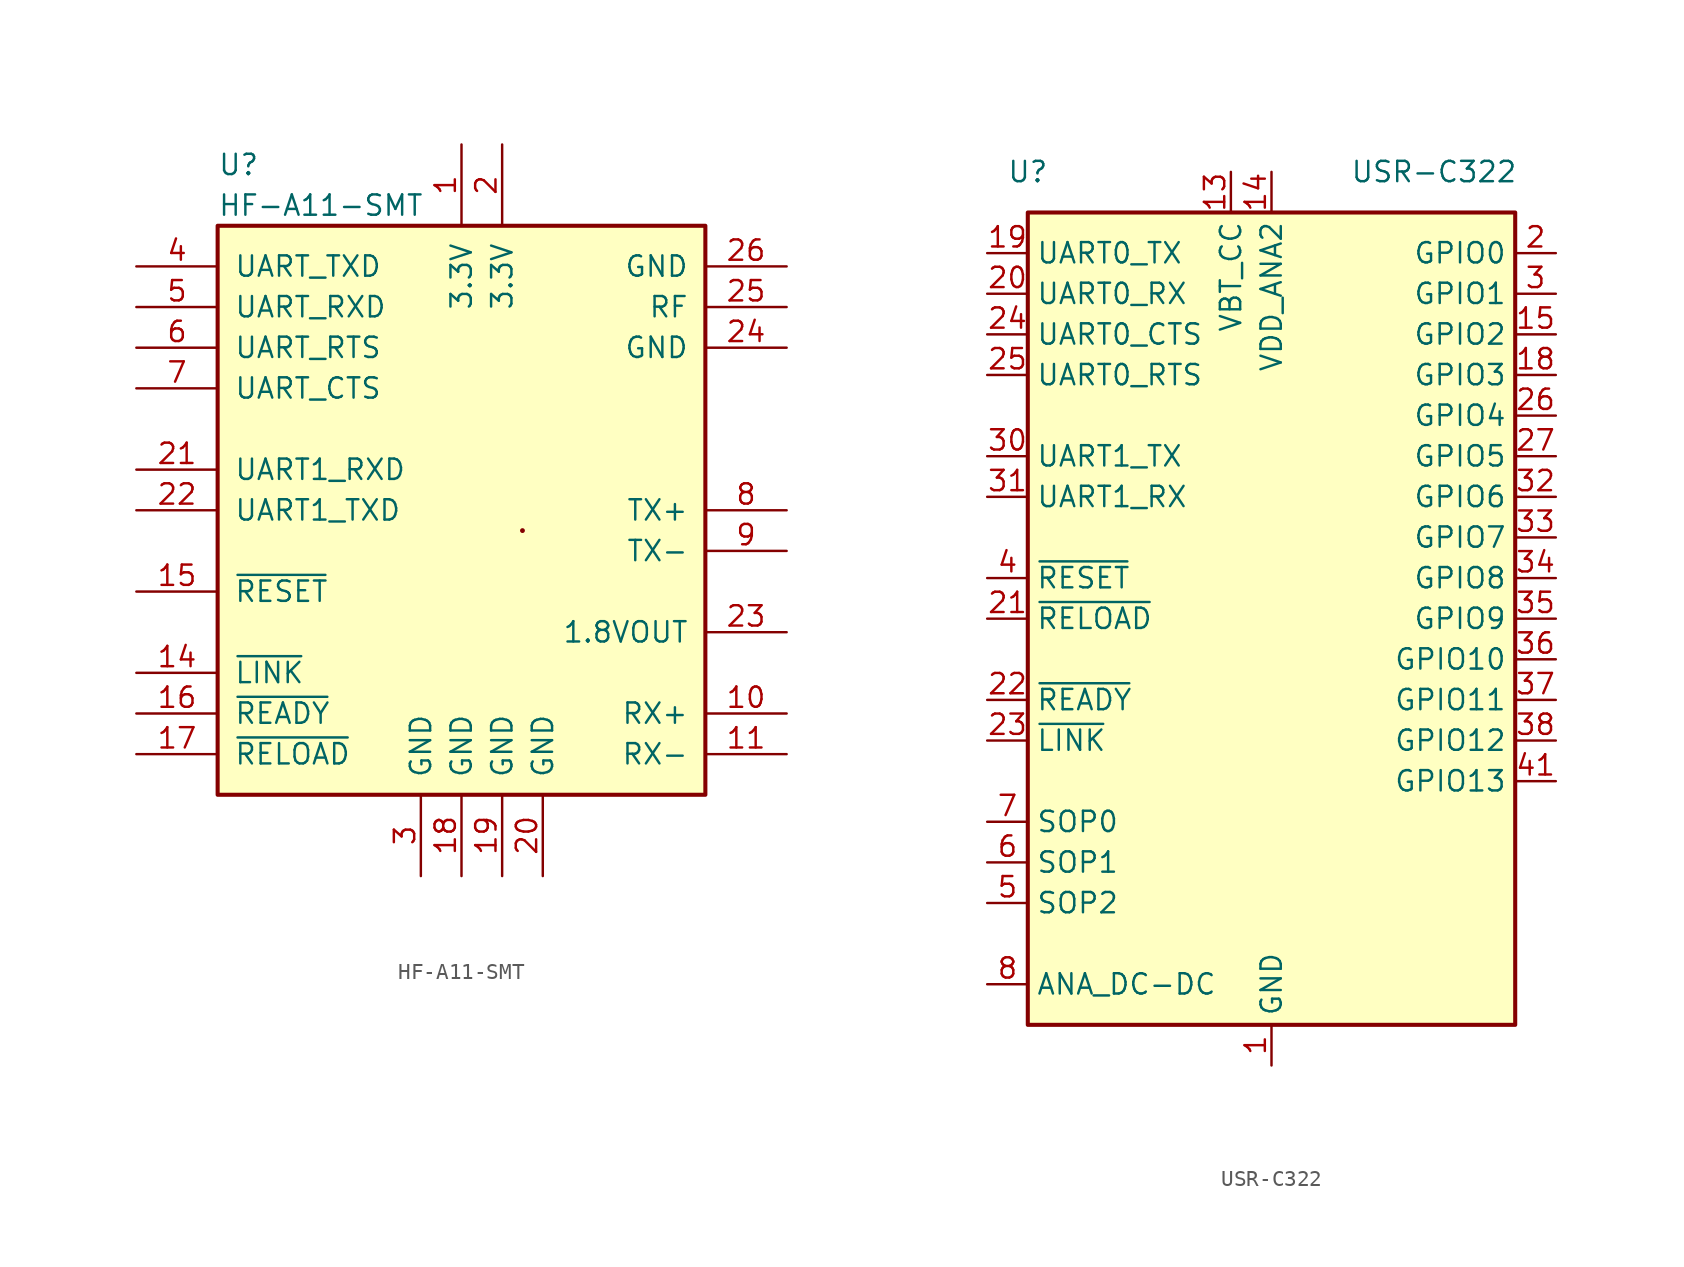
<source format=kicad_sym>
(kicad_symbol_lib
  (version 20241209)
  (generator "kicad_symbol_editor")
  (generator_version "9.0")
  (symbol "HF-A11-SMT"
    (pin_names
      (offset 1.016))
    (property "Reference" "U"
      (at -15.24 21.59 0)
      (effects (font (size 1.27 1.27)) (justify left)))
    (property "Value" "HF-A11-SMT"
      (at -15.24 19.05 0)
      (effects (font (size 1.27 1.27)) (justify left)))
    (symbol "HF-A11-SMT_0_1"
      (rectangle (start -15.24 17.78) (end 15.24 -17.78) (stroke (width 0.254) (type default)) (fill (type background)))
      (circle (center 3.81 -1.27) (radius 0.0001) (stroke (width 0) (type default)) (fill (type none))))
    (symbol "HF-A11-SMT_1_1"
      (pin output line (at -20.32 15.24 0) (length 5.08) (name "UART_TXD" (effects (font (size 1.27 1.27)))) (number "4" (effects (font (size 1.27 1.27)))))
      (pin input line (at -20.32 12.7 0) (length 5.08) (name "UART_RXD" (effects (font (size 1.27 1.27)))) (number "5" (effects (font (size 1.27 1.27)))))
      (pin output line (at -20.32 10.16 0) (length 5.08) (name "UART_RTS" (effects (font (size 1.27 1.27)))) (number "6" (effects (font (size 1.27 1.27)))))
      (pin input line (at -20.32 7.62 0) (length 5.08) (name "UART_CTS" (effects (font (size 1.27 1.27)))) (number "7" (effects (font (size 1.27 1.27)))))
      (pin input line (at -20.32 2.54 0) (length 5.08) (name "UART1_RXD" (effects (font (size 1.27 1.27)))) (number "21" (effects (font (size 1.27 1.27)))))
      (pin output line (at -20.32 0 0) (length 5.08) (name "UART1_TXD" (effects (font (size 1.27 1.27)))) (number "22" (effects (font (size 1.27 1.27)))))
      (pin input line (at -20.32 -5.08 0) (length 5.08) (name "~{RESET}" (effects (font (size 1.27 1.27)))) (number "15" (effects (font (size 1.27 1.27)))))
      (pin output line (at -20.32 -10.16 0) (length 5.08) (name "~{LINK}" (effects (font (size 1.27 1.27)))) (number "14" (effects (font (size 1.27 1.27)))))
      (pin output line (at -20.32 -12.7 0) (length 5.08) (name "~{READY}" (effects (font (size 1.27 1.27)))) (number "16" (effects (font (size 1.27 1.27)))))
      (pin input line (at -20.32 -15.24 0) (length 5.08) (name "~{RELOAD}" (effects (font (size 1.27 1.27)))) (number "17" (effects (font (size 1.27 1.27)))))
      (pin power_in line (at -2.54 -22.86 90) (length 5.08) (name "GND" (effects (font (size 1.27 1.27)))) (number "3" (effects (font (size 1.27 1.27)))))
      (pin power_in line (at 0 22.86 270) (length 5.08) (name "3.3V" (effects (font (size 1.27 1.27)))) (number "1" (effects (font (size 1.27 1.27)))))
      (pin power_in line (at 0 -22.86 90) (length 5.08) (name "GND" (effects (font (size 1.27 1.27)))) (number "18" (effects (font (size 1.27 1.27)))))
      (pin power_in line (at 2.54 22.86 270) (length 5.08) (name "3.3V" (effects (font (size 1.27 1.27)))) (number "2" (effects (font (size 1.27 1.27)))))
      (pin power_in line (at 2.54 -22.86 90) (length 5.08) (name "GND" (effects (font (size 1.27 1.27)))) (number "19" (effects (font (size 1.27 1.27)))))
      (pin power_in line (at 5.08 -22.86 90) (length 5.08) (name "GND" (effects (font (size 1.27 1.27)))) (number "20" (effects (font (size 1.27 1.27)))))
      (pin power_in line (at 20.32 15.24 180) (length 5.08) (name "GND" (effects (font (size 1.27 1.27)))) (number "26" (effects (font (size 1.27 1.27)))))
      (pin passive line (at 20.32 12.7 180) (length 5.08) (name "RF" (effects (font (size 1.27 1.27)))) (number "25" (effects (font (size 1.27 1.27)))))
      (pin power_in line (at 20.32 10.16 180) (length 5.08) (name "GND" (effects (font (size 1.27 1.27)))) (number "24" (effects (font (size 1.27 1.27)))))
      (pin passive line (at 20.32 0 180) (length 5.08) (name "TX+" (effects (font (size 1.27 1.27)))) (number "8" (effects (font (size 1.27 1.27)))))
      (pin passive line (at 20.32 -2.54 180) (length 5.08) (name "TX-" (effects (font (size 1.27 1.27)))) (number "9" (effects (font (size 1.27 1.27)))))
      (pin power_out line (at 20.32 -7.62 180) (length 5.08) (name "1.8VOUT" (effects (font (size 1.27 1.27)))) (number "23" (effects (font (size 1.27 1.27)))))
      (pin passive line (at 20.32 -12.7 180) (length 5.08) (name "RX+" (effects (font (size 1.27 1.27)))) (number "10" (effects (font (size 1.27 1.27)))))
      (pin passive line (at 20.32 -15.24 180) (length 5.08) (name "RX-" (effects (font (size 1.27 1.27)))) (number "11" (effects (font (size 1.27 1.27)))))))
  (symbol "USR-C322"
    (property "Reference" "U"
      (at -15.24 27.94 0)
      (effects (font (size 1.27 1.27))))
    (property "Value" "USR-C322"
      (at 10.16 27.94 0)
      (effects (font (size 1.27 1.27))))
    (symbol "USR-C322_1_1"
      (rectangle (start -15.24 25.4) (end 15.24 -25.4) (stroke (width 0.254) (type default)) (fill (type background)))
      (pin output line (at -17.78 22.86 0) (length 2.54) (name "UART0_TX" (effects (font (size 1.27 1.27)))) (number "19" (effects (font (size 1.27 1.27)))))
      (pin input line (at -17.78 20.32 0) (length 2.54) (name "UART0_RX" (effects (font (size 1.27 1.27)))) (number "20" (effects (font (size 1.27 1.27)))))
      (pin input line (at -17.78 17.78 0) (length 2.54) (name "UART0_CTS" (effects (font (size 1.27 1.27)))) (number "24" (effects (font (size 1.27 1.27)))))
      (pin output line (at -17.78 15.24 0) (length 2.54) (name "UART0_RTS" (effects (font (size 1.27 1.27)))) (number "25" (effects (font (size 1.27 1.27)))))
      (pin output line (at -17.78 10.16 0) (length 2.54) (name "UART1_TX" (effects (font (size 1.27 1.27)))) (number "30" (effects (font (size 1.27 1.27)))))
      (pin input line (at -17.78 7.62 0) (length 2.54) (name "UART1_RX" (effects (font (size 1.27 1.27)))) (number "31" (effects (font (size 1.27 1.27)))))
      (pin input line (at -17.78 2.54 0) (length 2.54) (name "~{RESET}" (effects (font (size 1.27 1.27)))) (number "4" (effects (font (size 1.27 1.27)))))
      (pin input line (at -17.78 0 0) (length 2.54) (name "~{RELOAD}" (effects (font (size 1.27 1.27)))) (number "21" (effects (font (size 1.27 1.27)))))
      (pin open_collector line (at -17.78 -5.08 0) (length 2.54) (name "~{READY}" (effects (font (size 1.27 1.27)))) (number "22" (effects (font (size 1.27 1.27)))))
      (pin open_collector line (at -17.78 -7.62 0) (length 2.54) (name "~{LINK}" (effects (font (size 1.27 1.27)))) (number "23" (effects (font (size 1.27 1.27)))))
      (pin passive line (at -17.78 -12.7 0) (length 2.54) (name "SOP0" (effects (font (size 1.27 1.27)))) (number "7" (effects (font (size 1.27 1.27)))))
      (pin passive line (at -17.78 -15.24 0) (length 2.54) (name "SOP1" (effects (font (size 1.27 1.27)))) (number "6" (effects (font (size 1.27 1.27)))))
      (pin passive line (at -17.78 -17.78 0) (length 2.54) (name "SOP2" (effects (font (size 1.27 1.27)))) (number "5" (effects (font (size 1.27 1.27)))))
      (pin passive line (at -17.78 -22.86 0) (length 2.54) (name "ANA_DC-DC" (effects (font (size 1.27 1.27)))) (number "8" (effects (font (size 1.27 1.27)))))
      (pin power_in line (at -2.54 27.94 270) (length 2.54) (name "VBT_CC" (effects (font (size 1.27 1.27)))) (number "13" (effects (font (size 1.27 1.27)))))
      (pin power_in line (at 0 27.94 270) (length 2.54) (name "VDD_ANA2" (effects (font (size 1.27 1.27)))) (number "14" (effects (font (size 1.27 1.27)))))
      (pin power_in line (at 0 -27.94 90) (length 2.54) (name "GND" (effects (font (size 1.27 1.27)))) (number "1" (effects (font (size 1.27 1.27)))))
      (pin passive line (at 0 -27.94 90) (length 2.54) (hide yes) (name "GND" (effects (font (size 1.27 1.27)))) (number "11" (effects (font (size 1.27 1.27)))))
      (pin passive line (at 0 -27.94 90) (length 2.54) (hide yes) (name "GND" (effects (font (size 1.27 1.27)))) (number "12" (effects (font (size 1.27 1.27)))))
      (pin passive line (at 0 -27.94 90) (length 2.54) (hide yes) (name "GND" (effects (font (size 1.27 1.27)))) (number "17" (effects (font (size 1.27 1.27)))))
      (pin passive line (at 0 -27.94 90) (length 2.54) (hide yes) (name "GND" (effects (font (size 1.27 1.27)))) (number "28" (effects (font (size 1.27 1.27)))))
      (pin passive line (at 0 -27.94 90) (length 2.54) (hide yes) (name "GND" (effects (font (size 1.27 1.27)))) (number "29" (effects (font (size 1.27 1.27)))))
      (pin passive line (at 0 -27.94 90) (length 2.54) (hide yes) (name "GND" (effects (font (size 1.27 1.27)))) (number "44" (effects (font (size 1.27 1.27)))))
      (pin no_connect line (at 5.08 -25.4 90) (length 2.54) (hide yes) (name "NC" (effects (font (size 1.27 1.27)))) (number "43" (effects (font (size 1.27 1.27)))))
      (pin no_connect line (at 7.62 -25.4 90) (length 2.54) (hide yes) (name "NC" (effects (font (size 1.27 1.27)))) (number "42" (effects (font (size 1.27 1.27)))))
      (pin no_connect line (at 15.24 -12.7 180) (length 2.54) (hide yes) (name "NC" (effects (font (size 1.27 1.27)))) (number "9" (effects (font (size 1.27 1.27)))))
      (pin no_connect line (at 15.24 -15.24 180) (length 2.54) (hide yes) (name "NC" (effects (font (size 1.27 1.27)))) (number "10" (effects (font (size 1.27 1.27)))))
      (pin no_connect line (at 15.24 -17.78 180) (length 2.54) (hide yes) (name "NC" (effects (font (size 1.27 1.27)))) (number "16" (effects (font (size 1.27 1.27)))))
      (pin no_connect line (at 15.24 -20.32 180) (length 2.54) (hide yes) (name "NC" (effects (font (size 1.27 1.27)))) (number "39" (effects (font (size 1.27 1.27)))))
      (pin no_connect line (at 15.24 -22.86 180) (length 2.54) (hide yes) (name "NC" (effects (font (size 1.27 1.27)))) (number "40" (effects (font (size 1.27 1.27)))))
      (pin bidirectional line (at 17.78 22.86 180) (length 2.54) (name "GPIO0" (effects (font (size 1.27 1.27)))) (number "2" (effects (font (size 1.27 1.27)))))
      (pin bidirectional line (at 17.78 20.32 180) (length 2.54) (name "GPIO1" (effects (font (size 1.27 1.27)))) (number "3" (effects (font (size 1.27 1.27)))))
      (pin bidirectional line (at 17.78 17.78 180) (length 2.54) (name "GPIO2" (effects (font (size 1.27 1.27)))) (number "15" (effects (font (size 1.27 1.27)))))
      (pin bidirectional line (at 17.78 15.24 180) (length 2.54) (name "GPIO3" (effects (font (size 1.27 1.27)))) (number "18" (effects (font (size 1.27 1.27)))))
      (pin bidirectional line (at 17.78 12.7 180) (length 2.54) (name "GPIO4" (effects (font (size 1.27 1.27)))) (number "26" (effects (font (size 1.27 1.27)))))
      (pin bidirectional line (at 17.78 10.16 180) (length 2.54) (name "GPIO5" (effects (font (size 1.27 1.27)))) (number "27" (effects (font (size 1.27 1.27)))))
      (pin bidirectional line (at 17.78 7.62 180) (length 2.54) (name "GPIO6" (effects (font (size 1.27 1.27)))) (number "32" (effects (font (size 1.27 1.27)))))
      (pin bidirectional line (at 17.78 5.08 180) (length 2.54) (name "GPIO7" (effects (font (size 1.27 1.27)))) (number "33" (effects (font (size 1.27 1.27)))))
      (pin bidirectional line (at 17.78 2.54 180) (length 2.54) (name "GPIO8" (effects (font (size 1.27 1.27)))) (number "34" (effects (font (size 1.27 1.27)))))
      (pin bidirectional line (at 17.78 0 180) (length 2.54) (name "GPIO9" (effects (font (size 1.27 1.27)))) (number "35" (effects (font (size 1.27 1.27)))))
      (pin bidirectional line (at 17.78 -2.54 180) (length 2.54) (name "GPIO10" (effects (font (size 1.27 1.27)))) (number "36" (effects (font (size 1.27 1.27)))))
      (pin bidirectional line (at 17.78 -5.08 180) (length 2.54) (name "GPIO11" (effects (font (size 1.27 1.27)))) (number "37" (effects (font (size 1.27 1.27)))))
      (pin bidirectional line (at 17.78 -7.62 180) (length 2.54) (name "GPIO12" (effects (font (size 1.27 1.27)))) (number "38" (effects (font (size 1.27 1.27)))))
      (pin bidirectional line (at 17.78 -10.16 180) (length 2.54) (name "GPIO13" (effects (font (size 1.27 1.27)))) (number "41" (effects (font (size 1.27 1.27))))))))
</source>
